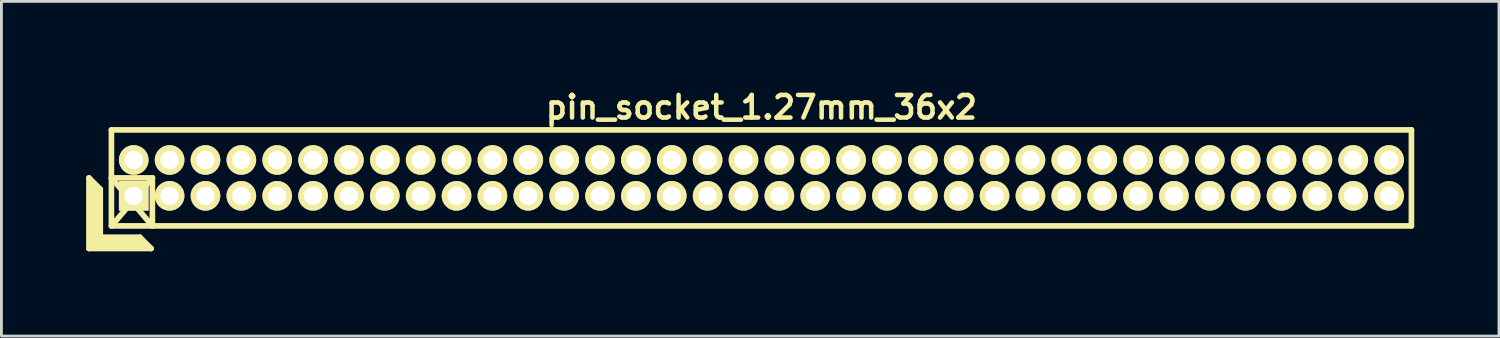
<source format=kicad_pcb>
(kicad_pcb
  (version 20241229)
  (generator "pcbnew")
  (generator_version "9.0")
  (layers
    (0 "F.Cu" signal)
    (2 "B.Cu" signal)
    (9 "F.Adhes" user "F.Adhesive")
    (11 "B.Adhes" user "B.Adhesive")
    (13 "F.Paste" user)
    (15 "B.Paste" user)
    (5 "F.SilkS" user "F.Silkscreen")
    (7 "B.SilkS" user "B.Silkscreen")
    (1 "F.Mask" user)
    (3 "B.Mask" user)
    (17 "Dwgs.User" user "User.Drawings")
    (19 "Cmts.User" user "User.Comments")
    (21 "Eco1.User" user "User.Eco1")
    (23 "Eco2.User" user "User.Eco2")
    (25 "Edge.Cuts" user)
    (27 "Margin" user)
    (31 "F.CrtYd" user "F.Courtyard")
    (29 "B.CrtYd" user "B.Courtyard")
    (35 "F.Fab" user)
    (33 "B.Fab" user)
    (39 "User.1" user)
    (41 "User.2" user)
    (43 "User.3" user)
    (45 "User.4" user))
  (footprint "pin_socket_1.27mm_36x2"
    (layer "F.Cu")
    (at 23.91 3.249)
    (property "Reference" "pin_socket_1.27mm_36x2" (at 0 -2.5 0) (layer "F.SilkS") (effects (font (size 0.8 0.8) (thickness 0.16))))
    (attr through_hole)
    (fp_line (start -23.81 0) (end -23.81 2.5) (stroke (width 0.2) (type solid)) (layer "F.SilkS"))
    (fp_line (start -23.81 0) (end -23.41 0.4) (stroke (width 0.2) (type solid)) (layer "F.SilkS"))
    (fp_line (start -23.81 2.5) (end -21.61 2.5) (stroke (width 0.2) (type solid)) (layer "F.SilkS"))
    (fp_line (start -23.71 2.4) (end -23.71 0.2) (stroke (width 0.2) (type solid)) (layer "F.SilkS"))
    (fp_line (start -23.71 2.4) (end -21.81 2.4) (stroke (width 0.2) (type solid)) (layer "F.SilkS"))
    (fp_line (start -23.61 2.3) (end -23.61 0.3) (stroke (width 0.2) (type solid)) (layer "F.SilkS"))
    (fp_line (start -23.61 2.3) (end -21.91 2.3) (stroke (width 0.2) (type solid)) (layer "F.SilkS"))
    (fp_line (start -23.51 2.2) (end -23.51 0.4) (stroke (width 0.2) (type solid)) (layer "F.SilkS"))
    (fp_line (start -23.51 2.2) (end -22.01 2.2) (stroke (width 0.2) (type solid)) (layer "F.SilkS"))
    (fp_line (start -23.41 2.1) (end -23.41 0.4) (stroke (width 0.2) (type solid)) (layer "F.SilkS"))
    (fp_line (start -23.41 2.1) (end -22.01 2.1) (stroke (width 0.2) (type solid)) (layer "F.SilkS"))
    (fp_line (start -23.015 -1.7) (end 23.015 -1.7) (stroke (width 0.2) (type solid)) (layer "F.SilkS"))
    (fp_line (start -23.015 0) (end -21.565 0) (stroke (width 0.2) (type solid)) (layer "F.SilkS"))
    (fp_line (start -23.015 0) (end -21.565 1.7) (stroke (width 0.2) (type solid)) (layer "F.SilkS"))
    (fp_line (start -23.015 1.7) (end -23.015 -1.7) (stroke (width 0.2) (type solid)) (layer "F.SilkS"))
    (fp_line (start -22.01 2.1) (end -21.61 2.5) (stroke (width 0.2) (type solid)) (layer "F.SilkS"))
    (fp_line (start -21.565 0) (end -23.01 1.7) (stroke (width 0.2) (type solid)) (layer "F.SilkS"))
    (fp_line (start -21.565 0) (end -21.565 1.7) (stroke (width 0.2) (type solid)) (layer "F.SilkS"))
    (fp_line (start 23.015 -1.7) (end 23.015 1.7) (stroke (width 0.2) (type solid)) (layer "F.SilkS"))
    (fp_line (start 23.015 1.7) (end -23.015 1.7) (stroke (width 0.2) (type solid)) (layer "F.SilkS"))
    (pad "1" thru_hole rect (at -22.225 0.635) (size 1.05 1.05) (drill 0.65) (layers "*.Cu" "*.Mask" "F.SilkS"))
    (pad "2" thru_hole oval (at -22.225 -0.635) (size 1.05 1.05) (drill 0.65) (layers "*.Cu" "*.Mask" "F.SilkS"))
    (pad "3" thru_hole oval (at -20.955 0.635) (size 1.05 1.05) (drill 0.65) (layers "*.Cu" "*.Mask" "F.SilkS"))
    (pad "4" thru_hole oval (at -20.955 -0.635) (size 1.05 1.05) (drill 0.65) (layers "*.Cu" "*.Mask" "F.SilkS"))
    (pad "5" thru_hole oval (at -19.685 0.635) (size 1.05 1.05) (drill 0.65) (layers "*.Cu" "*.Mask" "F.SilkS"))
    (pad "6" thru_hole oval (at -19.685 -0.635) (size 1.05 1.05) (drill 0.65) (layers "*.Cu" "*.Mask" "F.SilkS"))
    (pad "7" thru_hole oval (at -18.415 0.635) (size 1.05 1.05) (drill 0.65) (layers "*.Cu" "*.Mask" "F.SilkS"))
    (pad "8" thru_hole oval (at -18.415 -0.635) (size 1.05 1.05) (drill 0.65) (layers "*.Cu" "*.Mask" "F.SilkS"))
    (pad "9" thru_hole oval (at -17.145 0.635) (size 1.05 1.05) (drill 0.65) (layers "*.Cu" "*.Mask" "F.SilkS"))
    (pad "10" thru_hole oval (at -17.145 -0.635) (size 1.05 1.05) (drill 0.65) (layers "*.Cu" "*.Mask" "F.SilkS"))
    (pad "11" thru_hole oval (at -15.875 0.635) (size 1.05 1.05) (drill 0.65) (layers "*.Cu" "*.Mask" "F.SilkS"))
    (pad "12" thru_hole oval (at -15.875 -0.635) (size 1.05 1.05) (drill 0.65) (layers "*.Cu" "*.Mask" "F.SilkS"))
    (pad "13" thru_hole oval (at -14.605 0.635) (size 1.05 1.05) (drill 0.65) (layers "*.Cu" "*.Mask" "F.SilkS"))
    (pad "14" thru_hole oval (at -14.605 -0.635) (size 1.05 1.05) (drill 0.65) (layers "*.Cu" "*.Mask" "F.SilkS"))
    (pad "15" thru_hole oval (at -13.335 0.635) (size 1.05 1.05) (drill 0.65) (layers "*.Cu" "*.Mask" "F.SilkS"))
    (pad "16" thru_hole oval (at -13.335 -0.635) (size 1.05 1.05) (drill 0.65) (layers "*.Cu" "*.Mask" "F.SilkS"))
    (pad "17" thru_hole oval (at -12.065 0.635) (size 1.05 1.05) (drill 0.65) (layers "*.Cu" "*.Mask" "F.SilkS"))
    (pad "18" thru_hole oval (at -12.065 -0.635) (size 1.05 1.05) (drill 0.65) (layers "*.Cu" "*.Mask" "F.SilkS"))
    (pad "19" thru_hole oval (at -10.795 0.635) (size 1.05 1.05) (drill 0.65) (layers "*.Cu" "*.Mask" "F.SilkS"))
    (pad "20" thru_hole oval (at -10.795 -0.635) (size 1.05 1.05) (drill 0.65) (layers "*.Cu" "*.Mask" "F.SilkS"))
    (pad "21" thru_hole oval (at -9.525 0.635) (size 1.05 1.05) (drill 0.65) (layers "*.Cu" "*.Mask" "F.SilkS"))
    (pad "22" thru_hole oval (at -9.525 -0.635) (size 1.05 1.05) (drill 0.65) (layers "*.Cu" "*.Mask" "F.SilkS"))
    (pad "23" thru_hole oval (at -8.255 0.635) (size 1.05 1.05) (drill 0.65) (layers "*.Cu" "*.Mask" "F.SilkS"))
    (pad "24" thru_hole oval (at -8.255 -0.635) (size 1.05 1.05) (drill 0.65) (layers "*.Cu" "*.Mask" "F.SilkS"))
    (pad "25" thru_hole oval (at -6.985 0.635) (size 1.05 1.05) (drill 0.65) (layers "*.Cu" "*.Mask" "F.SilkS"))
    (pad "26" thru_hole oval (at -6.985 -0.635) (size 1.05 1.05) (drill 0.65) (layers "*.Cu" "*.Mask" "F.SilkS"))
    (pad "27" thru_hole oval (at -5.715 0.635) (size 1.05 1.05) (drill 0.65) (layers "*.Cu" "*.Mask" "F.SilkS"))
    (pad "28" thru_hole oval (at -5.715 -0.635) (size 1.05 1.05) (drill 0.65) (layers "*.Cu" "*.Mask" "F.SilkS"))
    (pad "29" thru_hole oval (at -4.445 0.635) (size 1.05 1.05) (drill 0.65) (layers "*.Cu" "*.Mask" "F.SilkS"))
    (pad "30" thru_hole oval (at -4.445 -0.635) (size 1.05 1.05) (drill 0.65) (layers "*.Cu" "*.Mask" "F.SilkS"))
    (pad "31" thru_hole oval (at -3.175 0.635) (size 1.05 1.05) (drill 0.65) (layers "*.Cu" "*.Mask" "F.SilkS"))
    (pad "32" thru_hole oval (at -3.175 -0.635) (size 1.05 1.05) (drill 0.65) (layers "*.Cu" "*.Mask" "F.SilkS"))
    (pad "33" thru_hole oval (at -1.905 0.635) (size 1.05 1.05) (drill 0.65) (layers "*.Cu" "*.Mask" "F.SilkS"))
    (pad "34" thru_hole oval (at -1.905 -0.635) (size 1.05 1.05) (drill 0.65) (layers "*.Cu" "*.Mask" "F.SilkS"))
    (pad "35" thru_hole oval (at -0.635 0.635) (size 1.05 1.05) (drill 0.65) (layers "*.Cu" "*.Mask" "F.SilkS"))
    (pad "36" thru_hole oval (at -0.635 -0.635) (size 1.05 1.05) (drill 0.65) (layers "*.Cu" "*.Mask" "F.SilkS"))
    (pad "37" thru_hole oval (at 0.635 0.635) (size 1.05 1.05) (drill 0.65) (layers "*.Cu" "*.Mask" "F.SilkS"))
    (pad "38" thru_hole oval (at 0.635 -0.635) (size 1.05 1.05) (drill 0.65) (layers "*.Cu" "*.Mask" "F.SilkS"))
    (pad "39" thru_hole oval (at 1.905 0.635) (size 1.05 1.05) (drill 0.65) (layers "*.Cu" "*.Mask" "F.SilkS"))
    (pad "40" thru_hole oval (at 1.905 -0.635) (size 1.05 1.05) (drill 0.65) (layers "*.Cu" "*.Mask" "F.SilkS"))
    (pad "41" thru_hole oval (at 3.175 0.635) (size 1.05 1.05) (drill 0.65) (layers "*.Cu" "*.Mask" "F.SilkS"))
    (pad "42" thru_hole oval (at 3.175 -0.635) (size 1.05 1.05) (drill 0.65) (layers "*.Cu" "*.Mask" "F.SilkS"))
    (pad "43" thru_hole oval (at 4.445 0.635) (size 1.05 1.05) (drill 0.65) (layers "*.Cu" "*.Mask" "F.SilkS"))
    (pad "44" thru_hole oval (at 4.445 -0.635) (size 1.05 1.05) (drill 0.65) (layers "*.Cu" "*.Mask" "F.SilkS"))
    (pad "45" thru_hole oval (at 5.715 0.635) (size 1.05 1.05) (drill 0.65) (layers "*.Cu" "*.Mask" "F.SilkS"))
    (pad "46" thru_hole oval (at 5.715 -0.635) (size 1.05 1.05) (drill 0.65) (layers "*.Cu" "*.Mask" "F.SilkS"))
    (pad "47" thru_hole oval (at 6.985 0.635) (size 1.05 1.05) (drill 0.65) (layers "*.Cu" "*.Mask" "F.SilkS"))
    (pad "48" thru_hole oval (at 6.985 -0.635) (size 1.05 1.05) (drill 0.65) (layers "*.Cu" "*.Mask" "F.SilkS"))
    (pad "49" thru_hole oval (at 8.255 0.635) (size 1.05 1.05) (drill 0.65) (layers "*.Cu" "*.Mask" "F.SilkS"))
    (pad "50" thru_hole oval (at 8.255 -0.635) (size 1.05 1.05) (drill 0.65) (layers "*.Cu" "*.Mask" "F.SilkS"))
    (pad "51" thru_hole circle (at 9.525 0.635) (size 1.05 1.05) (drill 0.65) (layers "*.Cu" "*.Mask" "F.SilkS"))
    (pad "52" thru_hole oval (at 9.525 -0.635) (size 1.05 1.05) (drill 0.65) (layers "*.Cu" "*.Mask" "F.SilkS"))
    (pad "53" thru_hole oval (at 10.795 0.635) (size 1.05 1.05) (drill 0.65) (layers "*.Cu" "*.Mask" "F.SilkS"))
    (pad "54" thru_hole oval (at 10.795 -0.635) (size 1.05 1.05) (drill 0.65) (layers "*.Cu" "*.Mask" "F.SilkS"))
    (pad "55" thru_hole oval (at 12.065 0.635) (size 1.05 1.05) (drill 0.65) (layers "*.Cu" "*.Mask" "F.SilkS"))
    (pad "56" thru_hole oval (at 12.065 -0.635) (size 1.05 1.05) (drill 0.65) (layers "*.Cu" "*.Mask" "F.SilkS"))
    (pad "57" thru_hole oval (at 13.335 0.635) (size 1.05 1.05) (drill 0.65) (layers "*.Cu" "*.Mask" "F.SilkS"))
    (pad "58" thru_hole oval (at 13.335 -0.635) (size 1.05 1.05) (drill 0.65) (layers "*.Cu" "*.Mask" "F.SilkS"))
    (pad "59" thru_hole oval (at 14.605 0.635) (size 1.05 1.05) (drill 0.65) (layers "*.Cu" "*.Mask" "F.SilkS"))
    (pad "60" thru_hole oval (at 14.605 -0.635) (size 1.05 1.05) (drill 0.65) (layers "*.Cu" "*.Mask" "F.SilkS"))
    (pad "61" thru_hole oval (at 15.875 0.635) (size 1.05 1.05) (drill 0.65) (layers "*.Cu" "*.Mask" "F.SilkS"))
    (pad "62" thru_hole oval (at 15.875 -0.635) (size 1.05 1.05) (drill 0.65) (layers "*.Cu" "*.Mask" "F.SilkS"))
    (pad "63" thru_hole oval (at 17.145 0.635) (size 1.05 1.05) (drill 0.65) (layers "*.Cu" "*.Mask" "F.SilkS"))
    (pad "64" thru_hole oval (at 17.145 -0.635) (size 1.05 1.05) (drill 0.65) (layers "*.Cu" "*.Mask" "F.SilkS"))
    (pad "65" thru_hole oval (at 18.415 0.635) (size 1.05 1.05) (drill 0.65) (layers "*.Cu" "*.Mask" "F.SilkS"))
    (pad "66" thru_hole oval (at 18.415 -0.635) (size 1.05 1.05) (drill 0.65) (layers "*.Cu" "*.Mask" "F.SilkS"))
    (pad "67" thru_hole oval (at 19.685 0.635) (size 1.05 1.05) (drill 0.65) (layers "*.Cu" "*.Mask" "F.SilkS"))
    (pad "68" thru_hole oval (at 19.685 -0.635) (size 1.05 1.05) (drill 0.65) (layers "*.Cu" "*.Mask" "F.SilkS"))
    (pad "69" thru_hole oval (at 20.955 0.635) (size 1.05 1.05) (drill 0.65) (layers "*.Cu" "*.Mask" "F.SilkS"))
    (pad "70" thru_hole oval (at 20.955 -0.635) (size 1.05 1.05) (drill 0.65) (layers "*.Cu" "*.Mask" "F.SilkS"))
    (pad "71" thru_hole oval (at 22.225 0.635) (size 1.05 1.05) (drill 0.65) (layers "*.Cu" "*.Mask" "F.SilkS"))
    (pad "72" thru_hole oval (at 22.225 -0.635) (size 1.05 1.05) (drill 0.65) (layers "*.Cu" "*.Mask" "F.SilkS")))
  (gr_rect
    (start -3 -3)
    (end 50.025 8.849)
    (stroke (width 0.1) (type default))
    (fill no)
    (layer "Edge.Cuts")))
</source>
